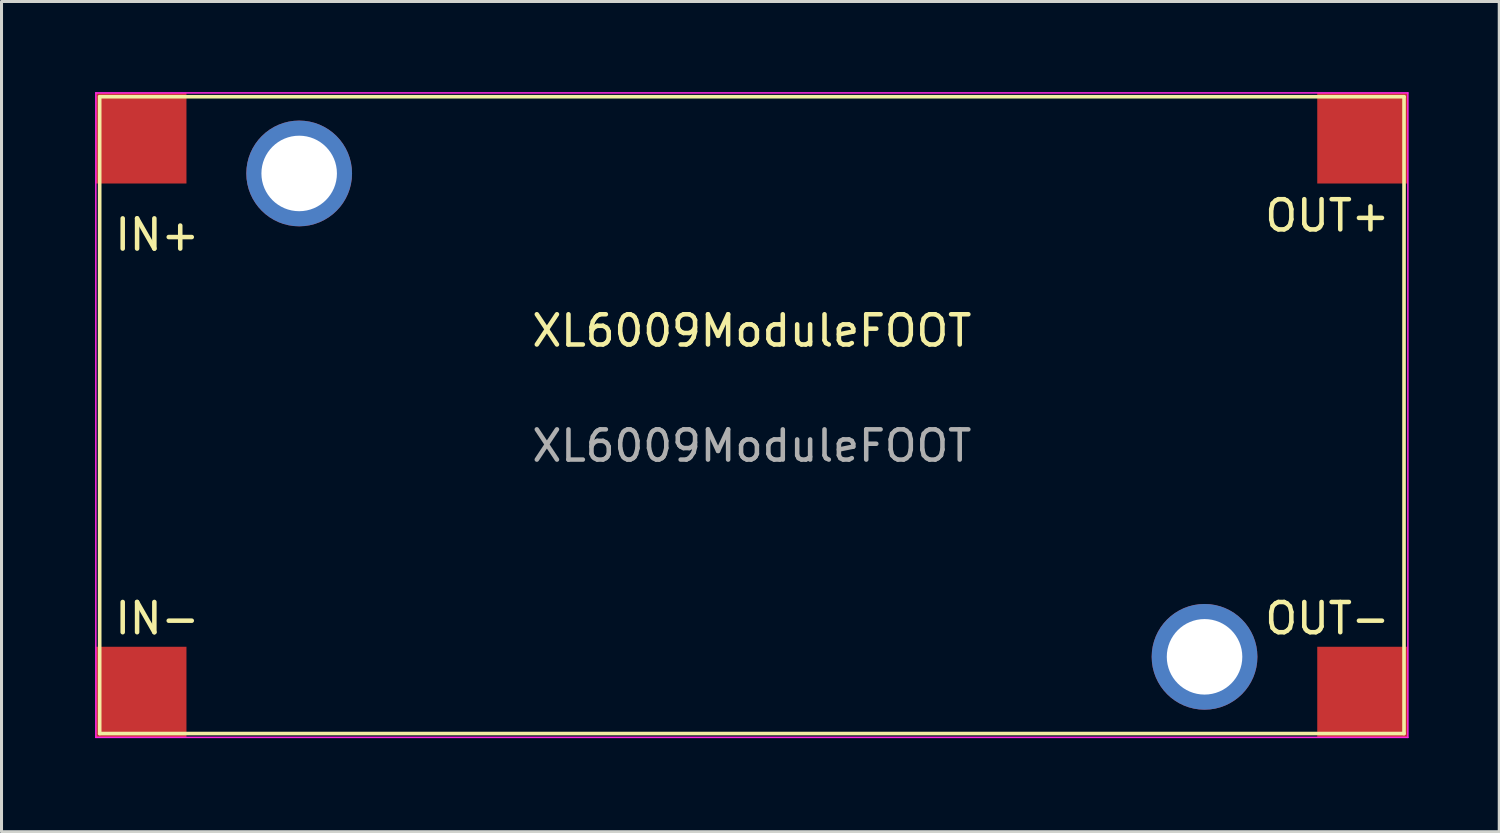
<source format=kicad_pcb>
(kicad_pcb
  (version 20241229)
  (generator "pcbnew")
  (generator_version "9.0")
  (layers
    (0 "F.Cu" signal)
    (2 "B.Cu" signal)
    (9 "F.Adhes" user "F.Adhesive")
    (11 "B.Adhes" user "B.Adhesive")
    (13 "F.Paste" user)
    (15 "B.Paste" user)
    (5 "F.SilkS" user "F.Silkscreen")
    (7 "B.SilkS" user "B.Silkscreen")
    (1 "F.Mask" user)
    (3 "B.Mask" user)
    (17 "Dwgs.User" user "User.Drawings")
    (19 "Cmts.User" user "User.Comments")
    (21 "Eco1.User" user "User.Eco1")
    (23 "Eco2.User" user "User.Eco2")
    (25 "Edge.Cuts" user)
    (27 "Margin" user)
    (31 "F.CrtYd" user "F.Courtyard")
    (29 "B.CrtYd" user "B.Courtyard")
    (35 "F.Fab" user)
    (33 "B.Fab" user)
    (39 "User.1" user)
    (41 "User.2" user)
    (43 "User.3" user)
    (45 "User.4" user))
  (footprint "XL6009ModuleFOOT"
    (layer "F.Cu")
    (at 0.25 21.234)
    (property "Reference" "XL6009ModuleFOOT" (at 21.59 -13.335 0) (unlocked yes) (layer "F.SilkS") (effects (font (size 1 1) (thickness 0.15))))
    (attr through_hole)
    (fp_line (start 0 -21.082) (end 43.18 -21.082) (stroke (width 0.12) (type solid)) (layer "F.SilkS"))
    (fp_line (start 0 0) (end 0 -21.082) (stroke (width 0.12) (type solid)) (layer "F.SilkS"))
    (fp_line (start 0 0) (end 43.18 0) (stroke (width 0.12) (type solid)) (layer "F.SilkS"))
    (fp_line (start 43.18 0) (end 43.18 -21.082) (stroke (width 0.12) (type solid)) (layer "F.SilkS"))
    (fp_line (start -0.127 -21.209) (end 43.307 -21.209) (stroke (width 0.05) (type solid)) (layer "F.CrtYd"))
    (fp_line (start -0.127 0.127) (end -0.127 -21.209) (stroke (width 0.05) (type solid)) (layer "F.CrtYd"))
    (fp_line (start 43.307 -21.209) (end 43.307 0.127) (stroke (width 0.05) (type solid)) (layer "F.CrtYd"))
    (fp_line (start 43.307 0.127) (end -0.127 0.127) (stroke (width 0.05) (type solid)) (layer "F.CrtYd"))
    (fp_text user "OUT+" (at 40.64 -17.145 0) (unlocked yes) (layer "F.SilkS") (effects (font (size 1 1) (thickness 0.15))))
    (fp_text user "IN+" (at 1.905 -16.51 0) (unlocked yes) (layer "F.SilkS") (effects (font (size 1 1) (thickness 0.15))))
    (fp_text user "OUT-" (at 40.64 -3.81 0) (unlocked yes) (layer "F.SilkS") (effects (font (size 1 1) (thickness 0.15))))
    (fp_text user "IN-" (at 1.905 -3.81 0) (unlocked yes) (layer "F.SilkS") (effects (font (size 1 1) (thickness 0.15))))
    (fp_text user "${REFERENCE}" (at 21.59 -9.525 0) (unlocked yes) (layer "F.Fab") (effects (font (size 1 1) (thickness 0.15))))
    (pad "1" smd rect (at 1.373 -19.709) (size 3 3) (layers "F.Cu" "F.Mask" "F.Paste"))
    (pad "2" smd rect (at 1.373 -1.373) (size 3 3) (layers "F.Cu" "F.Mask" "F.Paste"))
    (pad "3" smd rect (at 41.807 -1.373) (size 3 3) (layers "F.Cu" "F.Mask" "F.Paste"))
    (pad "4" smd rect (at 41.807 -19.709) (size 3 3) (layers "F.Cu" "F.Mask" "F.Paste"))
    (pad "5" thru_hole circle (at 6.604 -18.542) (size 3.5 3.5) (drill 2.5) (layers "*.Cu" "*.Mask"))
    (pad "6" thru_hole circle (at 36.576 -2.54) (size 3.5 3.5) (drill 2.5) (layers "*.Cu" "*.Mask")))
  (gr_rect
    (start -3 -3)
    (end 46.582 24.484)
    (stroke (width 0.1) (type default))
    (fill no)
    (layer "Edge.Cuts")))
</source>
